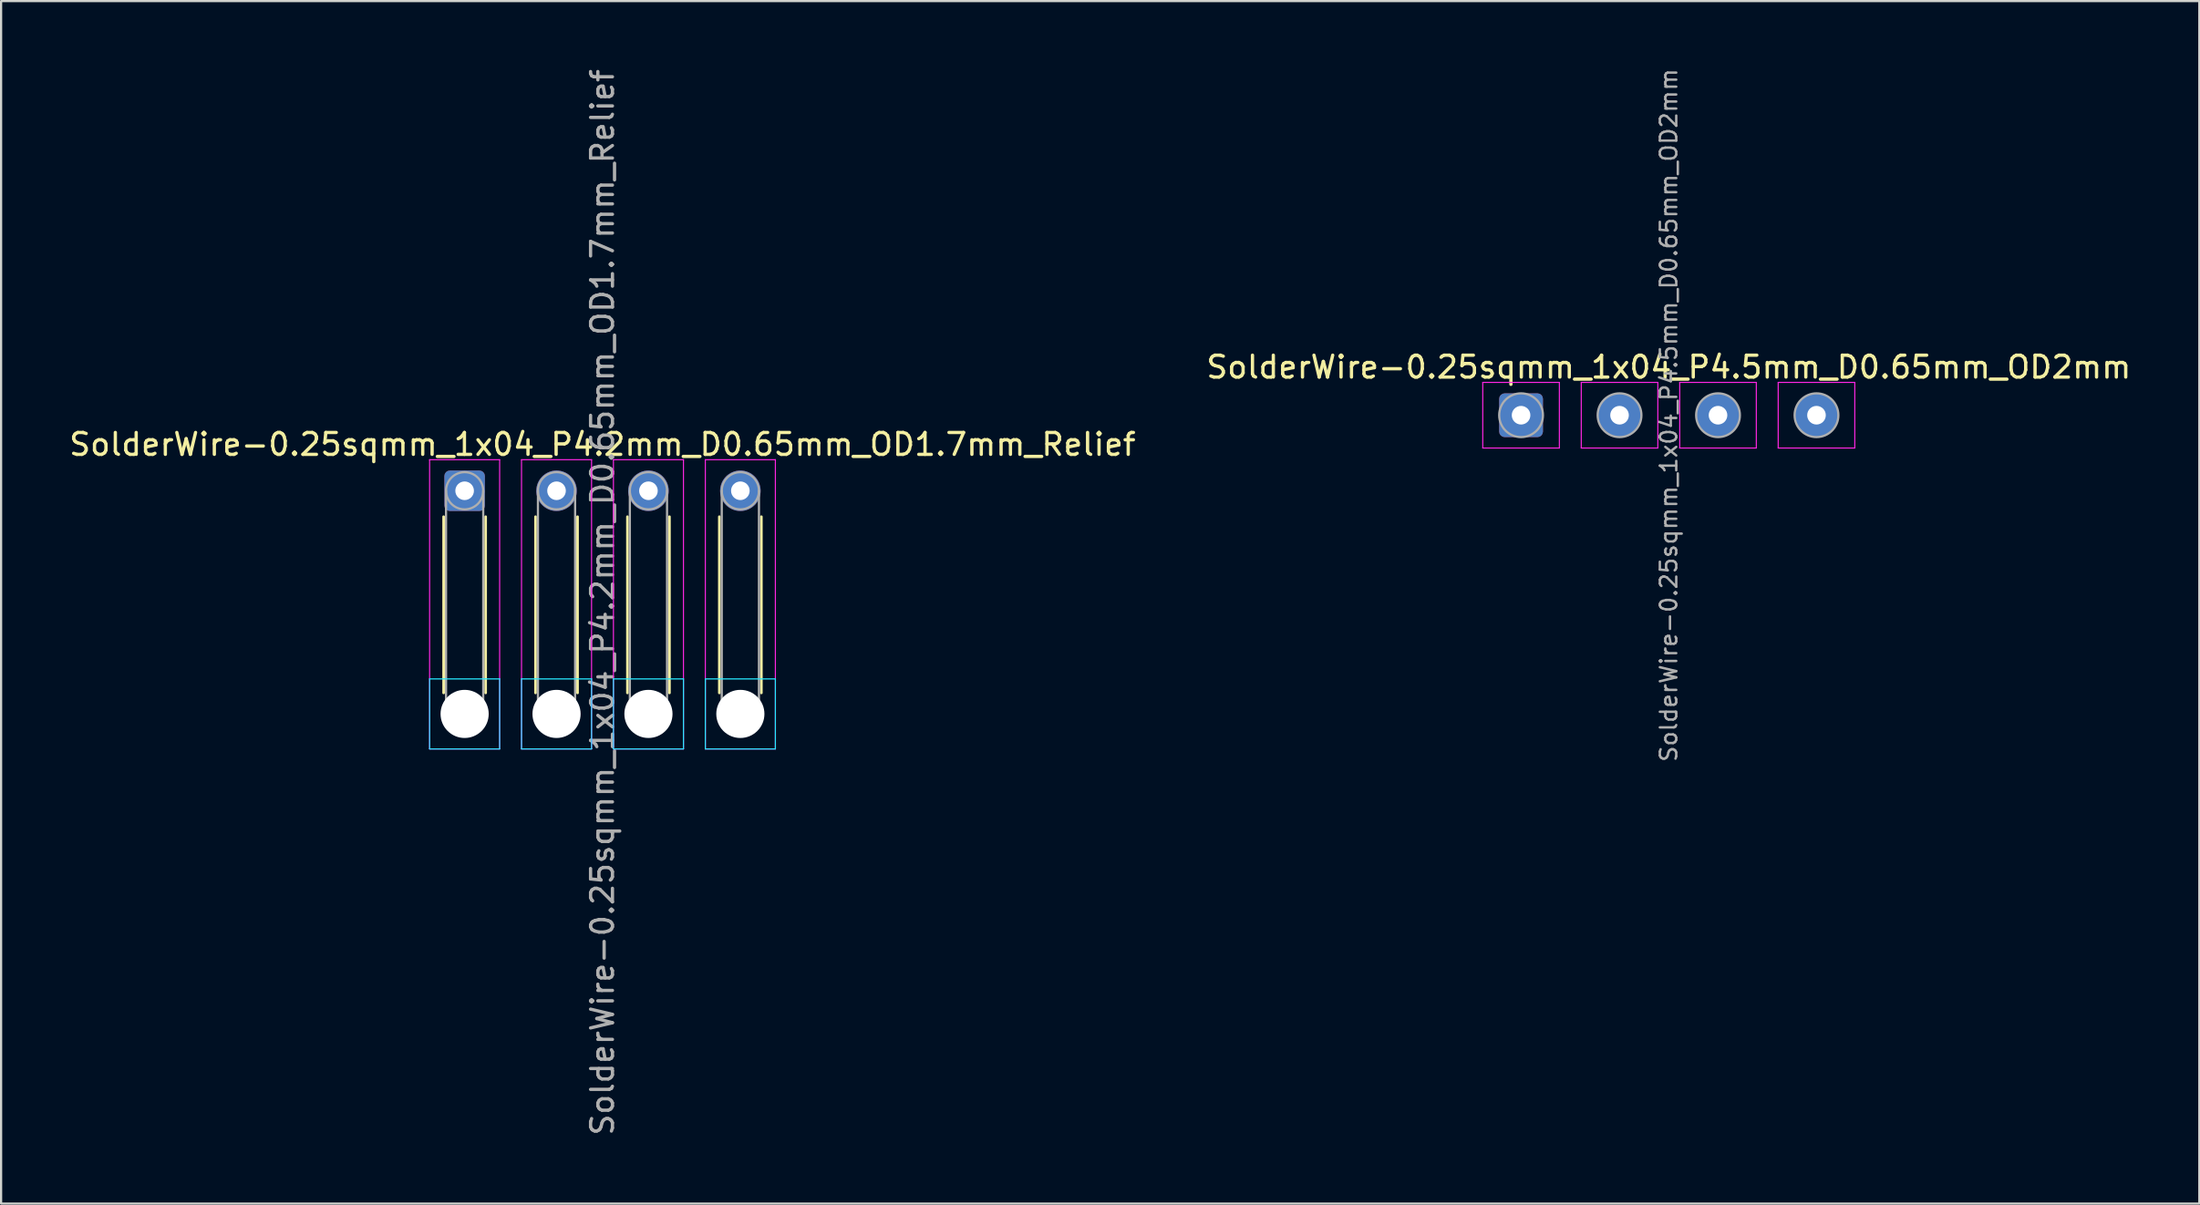
<source format=kicad_pcb>
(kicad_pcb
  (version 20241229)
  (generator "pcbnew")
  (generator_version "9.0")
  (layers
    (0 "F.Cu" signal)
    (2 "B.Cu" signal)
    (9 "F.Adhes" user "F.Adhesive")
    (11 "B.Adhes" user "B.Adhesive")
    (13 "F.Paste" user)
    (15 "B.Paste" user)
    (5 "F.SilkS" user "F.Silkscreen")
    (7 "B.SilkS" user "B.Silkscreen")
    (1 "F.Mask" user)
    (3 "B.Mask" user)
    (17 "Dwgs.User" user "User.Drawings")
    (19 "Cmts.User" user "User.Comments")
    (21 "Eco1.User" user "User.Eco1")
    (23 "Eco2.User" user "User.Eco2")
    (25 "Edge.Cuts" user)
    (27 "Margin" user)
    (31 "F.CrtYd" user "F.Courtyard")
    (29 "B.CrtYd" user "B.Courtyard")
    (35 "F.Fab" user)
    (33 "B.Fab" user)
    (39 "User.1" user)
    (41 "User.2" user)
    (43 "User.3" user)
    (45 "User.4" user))
  (footprint "SolderWire-0.25sqmm_1x04_P4.2mm_D0.65mm_OD1.7mm_Relief"
    (layer "F.Cu")
    (at 18.182 19.382)
    (property "Reference" "SolderWire-0.25sqmm_1x04_P4.2mm_D0.65mm_OD1.7mm_Relief" (at 6.3 -2.12 0) (layer "F.SilkS") (effects (font (size 1 1) (thickness 0.15))))
    (attr exclude_from_pos_files exclude_from_bom)
    (fp_line (start -0.96 1.185) (end -0.96 9.24) (stroke (width 0.12) (type solid)) (layer "F.SilkS"))
    (fp_line (start 0.96 1.185) (end 0.96 9.24) (stroke (width 0.12) (type solid)) (layer "F.SilkS"))
    (fp_line (start 3.24 1.185) (end 3.24 9.24) (stroke (width 0.12) (type solid)) (layer "F.SilkS"))
    (fp_line (start 5.16 1.185) (end 5.16 9.24) (stroke (width 0.12) (type solid)) (layer "F.SilkS"))
    (fp_line (start 7.44 1.185) (end 7.44 9.24) (stroke (width 0.12) (type solid)) (layer "F.SilkS"))
    (fp_line (start 9.36 1.185) (end 9.36 9.24) (stroke (width 0.12) (type solid)) (layer "F.SilkS"))
    (fp_line (start 11.64 1.185) (end 11.64 9.24) (stroke (width 0.12) (type solid)) (layer "F.SilkS"))
    (fp_line (start 13.56 1.185) (end 13.56 9.24) (stroke (width 0.12) (type solid)) (layer "F.SilkS"))
    (fp_line (start -1.6 8.6) (end -1.6 11.8) (stroke (width 0.05) (type solid)) (layer "B.CrtYd"))
    (fp_line (start -1.6 11.8) (end 1.6 11.8) (stroke (width 0.05) (type solid)) (layer "B.CrtYd"))
    (fp_line (start 1.6 8.6) (end -1.6 8.6) (stroke (width 0.05) (type solid)) (layer "B.CrtYd"))
    (fp_line (start 1.6 11.8) (end 1.6 8.6) (stroke (width 0.05) (type solid)) (layer "B.CrtYd"))
    (fp_line (start 2.6 8.6) (end 2.6 11.8) (stroke (width 0.05) (type solid)) (layer "B.CrtYd"))
    (fp_line (start 2.6 11.8) (end 5.8 11.8) (stroke (width 0.05) (type solid)) (layer "B.CrtYd"))
    (fp_line (start 5.8 8.6) (end 2.6 8.6) (stroke (width 0.05) (type solid)) (layer "B.CrtYd"))
    (fp_line (start 5.8 11.8) (end 5.8 8.6) (stroke (width 0.05) (type solid)) (layer "B.CrtYd"))
    (fp_line (start 6.8 8.6) (end 6.8 11.8) (stroke (width 0.05) (type solid)) (layer "B.CrtYd"))
    (fp_line (start 6.8 11.8) (end 10 11.8) (stroke (width 0.05) (type solid)) (layer "B.CrtYd"))
    (fp_line (start 10 8.6) (end 6.8 8.6) (stroke (width 0.05) (type solid)) (layer "B.CrtYd"))
    (fp_line (start 10 11.8) (end 10 8.6) (stroke (width 0.05) (type solid)) (layer "B.CrtYd"))
    (fp_line (start 11 8.6) (end 11 11.8) (stroke (width 0.05) (type solid)) (layer "B.CrtYd"))
    (fp_line (start 11 11.8) (end 14.2 11.8) (stroke (width 0.05) (type solid)) (layer "B.CrtYd"))
    (fp_line (start 14.2 8.6) (end 11 8.6) (stroke (width 0.05) (type solid)) (layer "B.CrtYd"))
    (fp_line (start 14.2 11.8) (end 14.2 8.6) (stroke (width 0.05) (type solid)) (layer "B.CrtYd"))
    (fp_line (start -1.6 -1.42) (end -1.6 11.8) (stroke (width 0.05) (type solid)) (layer "F.CrtYd"))
    (fp_line (start -1.6 11.8) (end 1.6 11.8) (stroke (width 0.05) (type solid)) (layer "F.CrtYd"))
    (fp_line (start 1.6 -1.42) (end -1.6 -1.42) (stroke (width 0.05) (type solid)) (layer "F.CrtYd"))
    (fp_line (start 1.6 11.8) (end 1.6 -1.42) (stroke (width 0.05) (type solid)) (layer "F.CrtYd"))
    (fp_line (start 2.6 -1.42) (end 2.6 11.8) (stroke (width 0.05) (type solid)) (layer "F.CrtYd"))
    (fp_line (start 2.6 11.8) (end 5.8 11.8) (stroke (width 0.05) (type solid)) (layer "F.CrtYd"))
    (fp_line (start 5.8 -1.42) (end 2.6 -1.42) (stroke (width 0.05) (type solid)) (layer "F.CrtYd"))
    (fp_line (start 5.8 11.8) (end 5.8 -1.42) (stroke (width 0.05) (type solid)) (layer "F.CrtYd"))
    (fp_line (start 6.8 -1.42) (end 6.8 11.8) (stroke (width 0.05) (type solid)) (layer "F.CrtYd"))
    (fp_line (start 6.8 11.8) (end 10 11.8) (stroke (width 0.05) (type solid)) (layer "F.CrtYd"))
    (fp_line (start 10 -1.42) (end 6.8 -1.42) (stroke (width 0.05) (type solid)) (layer "F.CrtYd"))
    (fp_line (start 10 11.8) (end 10 -1.42) (stroke (width 0.05) (type solid)) (layer "F.CrtYd"))
    (fp_line (start 11 -1.42) (end 11 11.8) (stroke (width 0.05) (type solid)) (layer "F.CrtYd"))
    (fp_line (start 11 11.8) (end 14.2 11.8) (stroke (width 0.05) (type solid)) (layer "F.CrtYd"))
    (fp_line (start 14.2 -1.42) (end 11 -1.42) (stroke (width 0.05) (type solid)) (layer "F.CrtYd"))
    (fp_line (start 14.2 11.8) (end 14.2 -1.42) (stroke (width 0.05) (type solid)) (layer "F.CrtYd"))
    (fp_line (start -0.85 0) (end -0.85 10.2) (stroke (width 0.1) (type solid)) (layer "F.Fab"))
    (fp_line (start 0.85 0) (end 0.85 10.2) (stroke (width 0.1) (type solid)) (layer "F.Fab"))
    (fp_line (start 3.35 0) (end 3.35 10.2) (stroke (width 0.1) (type solid)) (layer "F.Fab"))
    (fp_line (start 5.05 0) (end 5.05 10.2) (stroke (width 0.1) (type solid)) (layer "F.Fab"))
    (fp_line (start 7.55 0) (end 7.55 10.2) (stroke (width 0.1) (type solid)) (layer "F.Fab"))
    (fp_line (start 9.25 0) (end 9.25 10.2) (stroke (width 0.1) (type solid)) (layer "F.Fab"))
    (fp_line (start 11.75 0) (end 11.75 10.2) (stroke (width 0.1) (type solid)) (layer "F.Fab"))
    (fp_line (start 13.45 0) (end 13.45 10.2) (stroke (width 0.1) (type solid)) (layer "F.Fab"))
    (fp_circle (center 0 0) (end 0.85 0) (stroke (width 0.1) (type solid)) (fill no) (layer "F.Fab"))
    (fp_circle (center 0 10.2) (end 0.85 10.2) (stroke (width 0.1) (type solid)) (fill no) (layer "F.Fab"))
    (fp_circle (center 4.2 0) (end 5.05 0) (stroke (width 0.1) (type solid)) (fill no) (layer "F.Fab"))
    (fp_circle (center 4.2 10.2) (end 5.05 10.2) (stroke (width 0.1) (type solid)) (fill no) (layer "F.Fab"))
    (fp_circle (center 8.4 0) (end 9.25 0) (stroke (width 0.1) (type solid)) (fill no) (layer "F.Fab"))
    (fp_circle (center 8.4 10.2) (end 9.25 10.2) (stroke (width 0.1) (type solid)) (fill no) (layer "F.Fab"))
    (fp_circle (center 12.6 0) (end 13.45 0) (stroke (width 0.1) (type solid)) (fill no) (layer "F.Fab"))
    (fp_circle (center 12.6 10.2) (end 13.45 10.2) (stroke (width 0.1) (type solid)) (fill no) (layer "F.Fab"))
    (fp_text user "${REFERENCE}" (at 6.3 5.1 90) (layer "F.Fab") (effects (font (size 1 1) (thickness 0.15))))
    (pad "" np_thru_hole circle (at 0 10.2) (size 2.2 2.2) (drill 2.2) (layers "*.Cu" "*.Mask"))
    (pad "" np_thru_hole circle (at 4.2 10.2) (size 2.2 2.2) (drill 2.2) (layers "*.Cu" "*.Mask"))
    (pad "" np_thru_hole circle (at 8.4 10.2) (size 2.2 2.2) (drill 2.2) (layers "*.Cu" "*.Mask"))
    (pad "" np_thru_hole circle (at 12.6 10.2) (size 2.2 2.2) (drill 2.2) (layers "*.Cu" "*.Mask"))
    (pad "1" thru_hole roundrect (at 0 0) (size 1.85 1.85) (drill 0.85) (layers "*.Cu" "*.Mask") (roundrect_rratio 0.135))
    (pad "2" thru_hole circle (at 4.2 0) (size 1.85 1.85) (drill 0.85) (layers "*.Cu" "*.Mask"))
    (pad "3" thru_hole circle (at 8.4 0) (size 1.85 1.85) (drill 0.85) (layers "*.Cu" "*.Mask"))
    (pad "4" thru_hole circle (at 12.6 0) (size 1.85 1.85) (drill 0.85) (layers "*.Cu" "*.Mask")))
  (footprint "SolderWire-0.25sqmm_1x04_P4.5mm_D0.65mm_OD2mm"
    (layer "F.Cu")
    (at 66.458 15.929)
    (property "Reference" "SolderWire-0.25sqmm_1x04_P4.5mm_D0.65mm_OD2mm" (at 6.75 -2.2 0) (layer "F.SilkS") (effects (font (size 1 1) (thickness 0.15))))
    (attr exclude_from_pos_files exclude_from_bom)
    (fp_line (start -1.75 -1.5) (end -1.75 1.5) (stroke (width 0.05) (type solid)) (layer "F.CrtYd"))
    (fp_line (start -1.75 1.5) (end 1.75 1.5) (stroke (width 0.05) (type solid)) (layer "F.CrtYd"))
    (fp_line (start 1.75 -1.5) (end -1.75 -1.5) (stroke (width 0.05) (type solid)) (layer "F.CrtYd"))
    (fp_line (start 1.75 1.5) (end 1.75 -1.5) (stroke (width 0.05) (type solid)) (layer "F.CrtYd"))
    (fp_line (start 2.75 -1.5) (end 2.75 1.5) (stroke (width 0.05) (type solid)) (layer "F.CrtYd"))
    (fp_line (start 2.75 1.5) (end 6.25 1.5) (stroke (width 0.05) (type solid)) (layer "F.CrtYd"))
    (fp_line (start 6.25 -1.5) (end 2.75 -1.5) (stroke (width 0.05) (type solid)) (layer "F.CrtYd"))
    (fp_line (start 6.25 1.5) (end 6.25 -1.5) (stroke (width 0.05) (type solid)) (layer "F.CrtYd"))
    (fp_line (start 7.25 -1.5) (end 7.25 1.5) (stroke (width 0.05) (type solid)) (layer "F.CrtYd"))
    (fp_line (start 7.25 1.5) (end 10.75 1.5) (stroke (width 0.05) (type solid)) (layer "F.CrtYd"))
    (fp_line (start 10.75 -1.5) (end 7.25 -1.5) (stroke (width 0.05) (type solid)) (layer "F.CrtYd"))
    (fp_line (start 10.75 1.5) (end 10.75 -1.5) (stroke (width 0.05) (type solid)) (layer "F.CrtYd"))
    (fp_line (start 11.75 -1.5) (end 11.75 1.5) (stroke (width 0.05) (type solid)) (layer "F.CrtYd"))
    (fp_line (start 11.75 1.5) (end 15.25 1.5) (stroke (width 0.05) (type solid)) (layer "F.CrtYd"))
    (fp_line (start 15.25 -1.5) (end 11.75 -1.5) (stroke (width 0.05) (type solid)) (layer "F.CrtYd"))
    (fp_line (start 15.25 1.5) (end 15.25 -1.5) (stroke (width 0.05) (type solid)) (layer "F.CrtYd"))
    (fp_circle (center 0 0) (end 1 0) (stroke (width 0.1) (type solid)) (fill no) (layer "F.Fab"))
    (fp_circle (center 4.5 0) (end 5.5 0) (stroke (width 0.1) (type solid)) (fill no) (layer "F.Fab"))
    (fp_circle (center 9 0) (end 10 0) (stroke (width 0.1) (type solid)) (fill no) (layer "F.Fab"))
    (fp_circle (center 13.5 0) (end 14.5 0) (stroke (width 0.1) (type solid)) (fill no) (layer "F.Fab"))
    (fp_text user "${REFERENCE}" (at 6.75 0 90) (layer "F.Fab") (effects (font (size 0.75 0.75) (thickness 0.11))))
    (pad "1" thru_hole roundrect (at 0 0) (size 2 2) (drill 0.85) (layers "*.Cu" "*.Mask") (roundrect_rratio 0.125))
    (pad "2" thru_hole circle (at 4.5 0) (size 2 2) (drill 0.85) (layers "*.Cu" "*.Mask"))
    (pad "3" thru_hole circle (at 9 0) (size 2 2) (drill 0.85) (layers "*.Cu" "*.Mask"))
    (pad "4" thru_hole circle (at 13.5 0) (size 2 2) (drill 0.85) (layers "*.Cu" "*.Mask")))
  (gr_rect
    (start -3 -3)
    (end 97.452 51.964)
    (stroke (width 0.1) (type default))
    (fill no)
    (layer "Edge.Cuts")))
</source>
